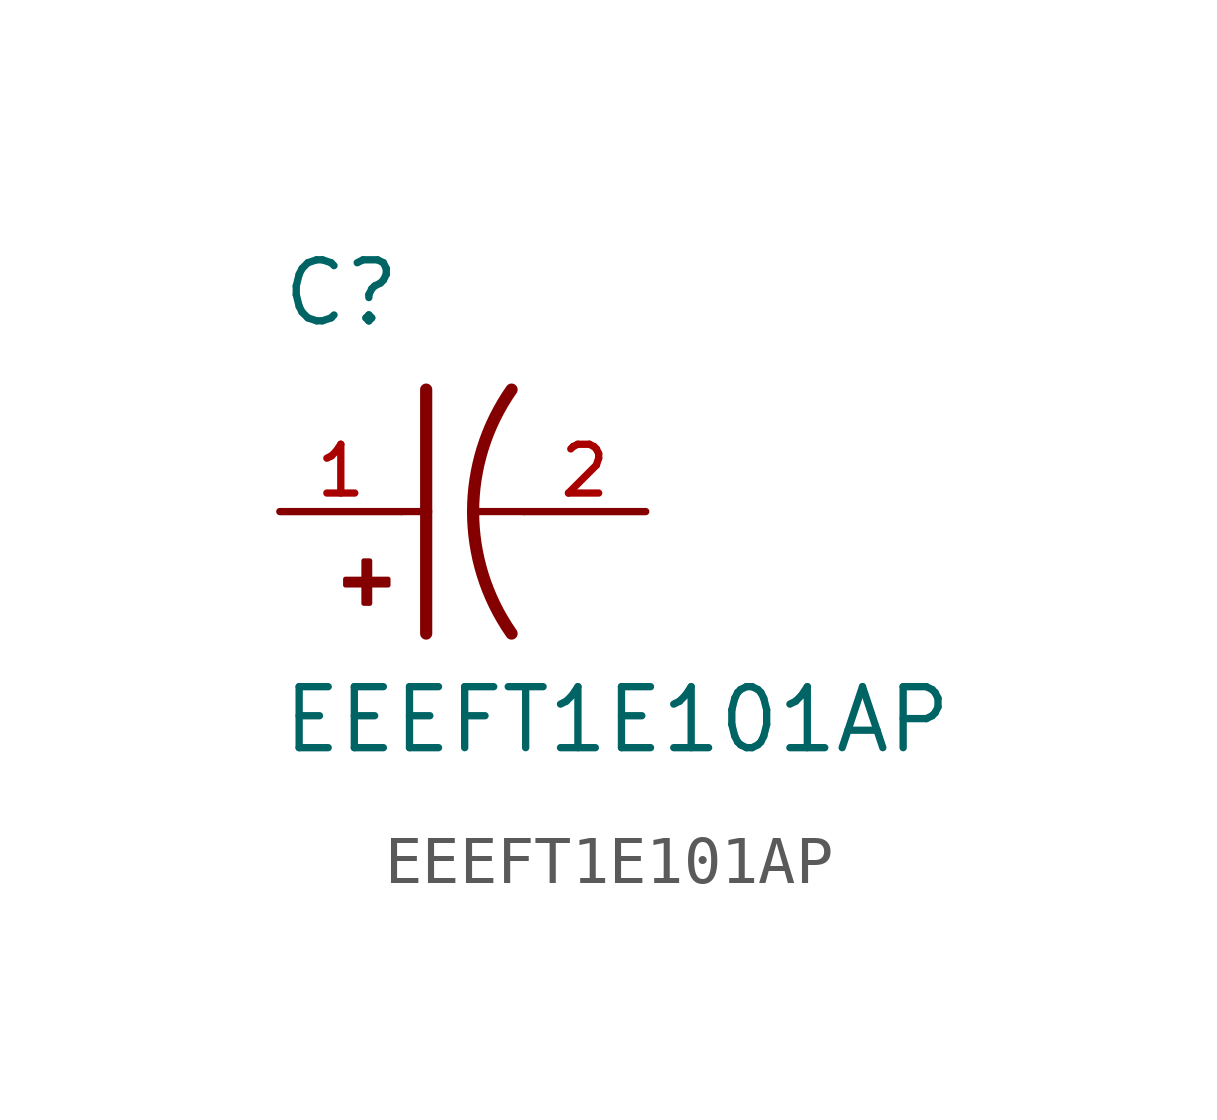
<source format=kicad_sym>
(kicad_symbol_lib
  (version 20211014)
  (generator kicad_symbol_editor)
  (symbol "EEEFT1E101AP"
    (pin_names
      (offset 1.016))
    (property "Reference" "C"
      (at -2.54 3.81 0)
      (effects (font (size 1.27 1.27)) (justify bottom left)))
    (property "Value" "EEEFT1E101AP"
      (at -2.54 -5.08 0)
      (effects (font (size 1.27 1.27)) (justify bottom left)))
    (symbol "EEEFT1E101AP_0_0"
      (arc (start 2.286 -2.54) (mid 1.4851 -0.0) (end 2.286 2.54) (stroke (width 0.254) (type default) (color 0 0 0 0)) (fill (type none)))
      (polyline (pts (xy 0.508 2.54) (xy 0.508 0.0)) (stroke (width 0.254)))
      (rectangle (start -1.173 -1.532) (end -0.284 -1.405) (stroke (width 0.1)) (fill (type outline)))
      (rectangle (start -0.792 -1.913) (end -0.665 -1.024) (stroke (width 0.1)) (fill (type outline)))
      (polyline (pts (xy 0.508 0.0) (xy 0.508 -2.54)) (stroke (width 0.254)))
      (polyline (pts (xy 0.0 0.0) (xy 0.508 0.0)) (stroke (width 0.152)))
      (polyline (pts (xy 2.54 0.0) (xy 1.524 0.0)) (stroke (width 0.152)))
      (pin passive line (at -2.54 0.0 0) (length 2.54) (name "~" (effects (font (size 1.016 1.016)))) (number "1" (effects (font (size 1.016 1.016)))))
      (pin passive line (at 5.08 0.0 180.0) (length 2.54) (name "~" (effects (font (size 1.016 1.016)))) (number "2" (effects (font (size 1.016 1.016))))))))
</source>
